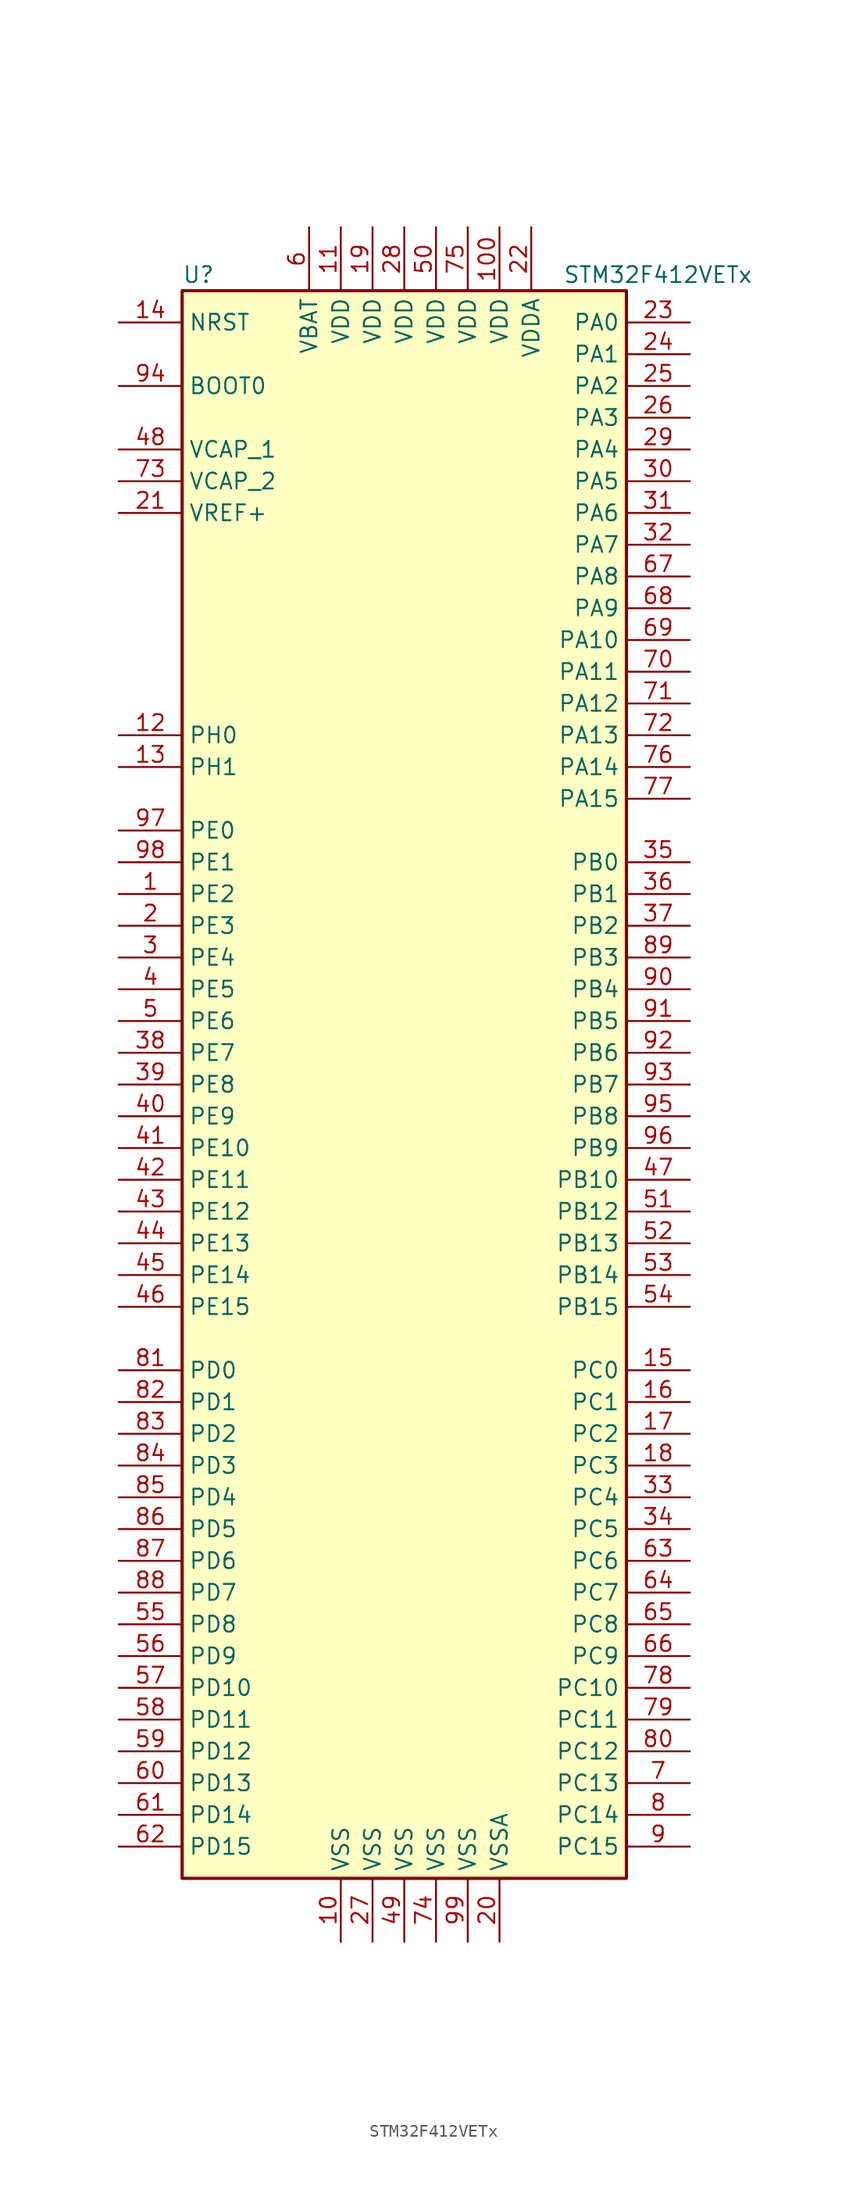
<source format=kicad_sym>
(kicad_symbol_lib
  (version 20201005)
  (generator kicad_symbol_editor)
  (symbol "STM32F412VETx"
    (property "Reference" "U"
      (at -17.78 64.77 0)
      (effects (font (size 1.27 1.27)) (justify left)))
    (property "Value" "STM32F412VETx"
      (at 12.7 64.77 0)
      (effects (font (size 1.27 1.27)) (justify left)))
    (symbol "STM32F412VETx_0_1"
      (rectangle (start -17.78 -63.5) (end 17.78 63.5) (stroke (width 0.254)) (fill (type background))))
    (symbol "STM32F412VETx_1_1"
      (pin input line (at -22.86 55.88 0) (length 5.08) (name "BOOT0" (effects (font (size 1.27 1.27)))) (number "94" (effects (font (size 1.27 1.27)))))
      (pin input line (at -22.86 60.96 0) (length 5.08) (name "NRST" (effects (font (size 1.27 1.27)))) (number "14" (effects (font (size 1.27 1.27)))))
      (pin bidirectional line (at 22.86 60.96 180) (length 5.08) (name "PA0" (effects (font (size 1.27 1.27)))) (number "23" (effects (font (size 1.27 1.27)))))
      (pin bidirectional line (at 22.86 58.42 180) (length 5.08) (name "PA1" (effects (font (size 1.27 1.27)))) (number "24" (effects (font (size 1.27 1.27)))))
      (pin bidirectional line (at 22.86 35.56 180) (length 5.08) (name "PA10" (effects (font (size 1.27 1.27)))) (number "69" (effects (font (size 1.27 1.27)))))
      (pin bidirectional line (at 22.86 33.02 180) (length 5.08) (name "PA11" (effects (font (size 1.27 1.27)))) (number "70" (effects (font (size 1.27 1.27)))))
      (pin bidirectional line (at 22.86 30.48 180) (length 5.08) (name "PA12" (effects (font (size 1.27 1.27)))) (number "71" (effects (font (size 1.27 1.27)))))
      (pin bidirectional line (at 22.86 27.94 180) (length 5.08) (name "PA13" (effects (font (size 1.27 1.27)))) (number "72" (effects (font (size 1.27 1.27)))))
      (pin bidirectional line (at 22.86 25.4 180) (length 5.08) (name "PA14" (effects (font (size 1.27 1.27)))) (number "76" (effects (font (size 1.27 1.27)))))
      (pin bidirectional line (at 22.86 22.86 180) (length 5.08) (name "PA15" (effects (font (size 1.27 1.27)))) (number "77" (effects (font (size 1.27 1.27)))))
      (pin bidirectional line (at 22.86 55.88 180) (length 5.08) (name "PA2" (effects (font (size 1.27 1.27)))) (number "25" (effects (font (size 1.27 1.27)))))
      (pin bidirectional line (at 22.86 53.34 180) (length 5.08) (name "PA3" (effects (font (size 1.27 1.27)))) (number "26" (effects (font (size 1.27 1.27)))))
      (pin bidirectional line (at 22.86 50.8 180) (length 5.08) (name "PA4" (effects (font (size 1.27 1.27)))) (number "29" (effects (font (size 1.27 1.27)))))
      (pin bidirectional line (at 22.86 48.26 180) (length 5.08) (name "PA5" (effects (font (size 1.27 1.27)))) (number "30" (effects (font (size 1.27 1.27)))))
      (pin bidirectional line (at 22.86 45.72 180) (length 5.08) (name "PA6" (effects (font (size 1.27 1.27)))) (number "31" (effects (font (size 1.27 1.27)))))
      (pin bidirectional line (at 22.86 43.18 180) (length 5.08) (name "PA7" (effects (font (size 1.27 1.27)))) (number "32" (effects (font (size 1.27 1.27)))))
      (pin bidirectional line (at 22.86 40.64 180) (length 5.08) (name "PA8" (effects (font (size 1.27 1.27)))) (number "67" (effects (font (size 1.27 1.27)))))
      (pin bidirectional line (at 22.86 38.1 180) (length 5.08) (name "PA9" (effects (font (size 1.27 1.27)))) (number "68" (effects (font (size 1.27 1.27)))))
      (pin bidirectional line (at 22.86 17.78 180) (length 5.08) (name "PB0" (effects (font (size 1.27 1.27)))) (number "35" (effects (font (size 1.27 1.27)))))
      (pin bidirectional line (at 22.86 15.24 180) (length 5.08) (name "PB1" (effects (font (size 1.27 1.27)))) (number "36" (effects (font (size 1.27 1.27)))))
      (pin bidirectional line (at 22.86 -7.62 180) (length 5.08) (name "PB10" (effects (font (size 1.27 1.27)))) (number "47" (effects (font (size 1.27 1.27)))))
      (pin bidirectional line (at 22.86 -10.16 180) (length 5.08) (name "PB12" (effects (font (size 1.27 1.27)))) (number "51" (effects (font (size 1.27 1.27)))))
      (pin bidirectional line (at 22.86 -12.7 180) (length 5.08) (name "PB13" (effects (font (size 1.27 1.27)))) (number "52" (effects (font (size 1.27 1.27)))))
      (pin bidirectional line (at 22.86 -15.24 180) (length 5.08) (name "PB14" (effects (font (size 1.27 1.27)))) (number "53" (effects (font (size 1.27 1.27)))))
      (pin bidirectional line (at 22.86 -17.78 180) (length 5.08) (name "PB15" (effects (font (size 1.27 1.27)))) (number "54" (effects (font (size 1.27 1.27)))))
      (pin bidirectional line (at 22.86 12.7 180) (length 5.08) (name "PB2" (effects (font (size 1.27 1.27)))) (number "37" (effects (font (size 1.27 1.27)))))
      (pin bidirectional line (at 22.86 10.16 180) (length 5.08) (name "PB3" (effects (font (size 1.27 1.27)))) (number "89" (effects (font (size 1.27 1.27)))))
      (pin bidirectional line (at 22.86 7.62 180) (length 5.08) (name "PB4" (effects (font (size 1.27 1.27)))) (number "90" (effects (font (size 1.27 1.27)))))
      (pin bidirectional line (at 22.86 5.08 180) (length 5.08) (name "PB5" (effects (font (size 1.27 1.27)))) (number "91" (effects (font (size 1.27 1.27)))))
      (pin bidirectional line (at 22.86 2.54 180) (length 5.08) (name "PB6" (effects (font (size 1.27 1.27)))) (number "92" (effects (font (size 1.27 1.27)))))
      (pin bidirectional line (at 22.86 0 180) (length 5.08) (name "PB7" (effects (font (size 1.27 1.27)))) (number "93" (effects (font (size 1.27 1.27)))))
      (pin bidirectional line (at 22.86 -2.54 180) (length 5.08) (name "PB8" (effects (font (size 1.27 1.27)))) (number "95" (effects (font (size 1.27 1.27)))))
      (pin bidirectional line (at 22.86 -5.08 180) (length 5.08) (name "PB9" (effects (font (size 1.27 1.27)))) (number "96" (effects (font (size 1.27 1.27)))))
      (pin bidirectional line (at 22.86 -22.86 180) (length 5.08) (name "PC0" (effects (font (size 1.27 1.27)))) (number "15" (effects (font (size 1.27 1.27)))))
      (pin bidirectional line (at 22.86 -25.4 180) (length 5.08) (name "PC1" (effects (font (size 1.27 1.27)))) (number "16" (effects (font (size 1.27 1.27)))))
      (pin bidirectional line (at 22.86 -48.26 180) (length 5.08) (name "PC10" (effects (font (size 1.27 1.27)))) (number "78" (effects (font (size 1.27 1.27)))))
      (pin bidirectional line (at 22.86 -50.8 180) (length 5.08) (name "PC11" (effects (font (size 1.27 1.27)))) (number "79" (effects (font (size 1.27 1.27)))))
      (pin bidirectional line (at 22.86 -53.34 180) (length 5.08) (name "PC12" (effects (font (size 1.27 1.27)))) (number "80" (effects (font (size 1.27 1.27)))))
      (pin bidirectional line (at 22.86 -55.88 180) (length 5.08) (name "PC13" (effects (font (size 1.27 1.27)))) (number "7" (effects (font (size 1.27 1.27)))))
      (pin bidirectional line (at 22.86 -58.42 180) (length 5.08) (name "PC14" (effects (font (size 1.27 1.27)))) (number "8" (effects (font (size 1.27 1.27)))))
      (pin bidirectional line (at 22.86 -60.96 180) (length 5.08) (name "PC15" (effects (font (size 1.27 1.27)))) (number "9" (effects (font (size 1.27 1.27)))))
      (pin bidirectional line (at 22.86 -27.94 180) (length 5.08) (name "PC2" (effects (font (size 1.27 1.27)))) (number "17" (effects (font (size 1.27 1.27)))))
      (pin bidirectional line (at 22.86 -30.48 180) (length 5.08) (name "PC3" (effects (font (size 1.27 1.27)))) (number "18" (effects (font (size 1.27 1.27)))))
      (pin bidirectional line (at 22.86 -33.02 180) (length 5.08) (name "PC4" (effects (font (size 1.27 1.27)))) (number "33" (effects (font (size 1.27 1.27)))))
      (pin bidirectional line (at 22.86 -35.56 180) (length 5.08) (name "PC5" (effects (font (size 1.27 1.27)))) (number "34" (effects (font (size 1.27 1.27)))))
      (pin bidirectional line (at 22.86 -38.1 180) (length 5.08) (name "PC6" (effects (font (size 1.27 1.27)))) (number "63" (effects (font (size 1.27 1.27)))))
      (pin bidirectional line (at 22.86 -40.64 180) (length 5.08) (name "PC7" (effects (font (size 1.27 1.27)))) (number "64" (effects (font (size 1.27 1.27)))))
      (pin bidirectional line (at 22.86 -43.18 180) (length 5.08) (name "PC8" (effects (font (size 1.27 1.27)))) (number "65" (effects (font (size 1.27 1.27)))))
      (pin bidirectional line (at 22.86 -45.72 180) (length 5.08) (name "PC9" (effects (font (size 1.27 1.27)))) (number "66" (effects (font (size 1.27 1.27)))))
      (pin bidirectional line (at -22.86 -22.86 0) (length 5.08) (name "PD0" (effects (font (size 1.27 1.27)))) (number "81" (effects (font (size 1.27 1.27)))))
      (pin bidirectional line (at -22.86 -25.4 0) (length 5.08) (name "PD1" (effects (font (size 1.27 1.27)))) (number "82" (effects (font (size 1.27 1.27)))))
      (pin bidirectional line (at -22.86 -48.26 0) (length 5.08) (name "PD10" (effects (font (size 1.27 1.27)))) (number "57" (effects (font (size 1.27 1.27)))))
      (pin bidirectional line (at -22.86 -50.8 0) (length 5.08) (name "PD11" (effects (font (size 1.27 1.27)))) (number "58" (effects (font (size 1.27 1.27)))))
      (pin bidirectional line (at -22.86 -53.34 0) (length 5.08) (name "PD12" (effects (font (size 1.27 1.27)))) (number "59" (effects (font (size 1.27 1.27)))))
      (pin bidirectional line (at -22.86 -55.88 0) (length 5.08) (name "PD13" (effects (font (size 1.27 1.27)))) (number "60" (effects (font (size 1.27 1.27)))))
      (pin bidirectional line (at -22.86 -58.42 0) (length 5.08) (name "PD14" (effects (font (size 1.27 1.27)))) (number "61" (effects (font (size 1.27 1.27)))))
      (pin bidirectional line (at -22.86 -60.96 0) (length 5.08) (name "PD15" (effects (font (size 1.27 1.27)))) (number "62" (effects (font (size 1.27 1.27)))))
      (pin bidirectional line (at -22.86 -27.94 0) (length 5.08) (name "PD2" (effects (font (size 1.27 1.27)))) (number "83" (effects (font (size 1.27 1.27)))))
      (pin bidirectional line (at -22.86 -30.48 0) (length 5.08) (name "PD3" (effects (font (size 1.27 1.27)))) (number "84" (effects (font (size 1.27 1.27)))))
      (pin bidirectional line (at -22.86 -33.02 0) (length 5.08) (name "PD4" (effects (font (size 1.27 1.27)))) (number "85" (effects (font (size 1.27 1.27)))))
      (pin bidirectional line (at -22.86 -35.56 0) (length 5.08) (name "PD5" (effects (font (size 1.27 1.27)))) (number "86" (effects (font (size 1.27 1.27)))))
      (pin bidirectional line (at -22.86 -38.1 0) (length 5.08) (name "PD6" (effects (font (size 1.27 1.27)))) (number "87" (effects (font (size 1.27 1.27)))))
      (pin bidirectional line (at -22.86 -40.64 0) (length 5.08) (name "PD7" (effects (font (size 1.27 1.27)))) (number "88" (effects (font (size 1.27 1.27)))))
      (pin bidirectional line (at -22.86 -43.18 0) (length 5.08) (name "PD8" (effects (font (size 1.27 1.27)))) (number "55" (effects (font (size 1.27 1.27)))))
      (pin bidirectional line (at -22.86 -45.72 0) (length 5.08) (name "PD9" (effects (font (size 1.27 1.27)))) (number "56" (effects (font (size 1.27 1.27)))))
      (pin bidirectional line (at -22.86 20.32 0) (length 5.08) (name "PE0" (effects (font (size 1.27 1.27)))) (number "97" (effects (font (size 1.27 1.27)))))
      (pin bidirectional line (at -22.86 17.78 0) (length 5.08) (name "PE1" (effects (font (size 1.27 1.27)))) (number "98" (effects (font (size 1.27 1.27)))))
      (pin bidirectional line (at -22.86 -5.08 0) (length 5.08) (name "PE10" (effects (font (size 1.27 1.27)))) (number "41" (effects (font (size 1.27 1.27)))))
      (pin bidirectional line (at -22.86 -7.62 0) (length 5.08) (name "PE11" (effects (font (size 1.27 1.27)))) (number "42" (effects (font (size 1.27 1.27)))))
      (pin bidirectional line (at -22.86 -10.16 0) (length 5.08) (name "PE12" (effects (font (size 1.27 1.27)))) (number "43" (effects (font (size 1.27 1.27)))))
      (pin bidirectional line (at -22.86 -12.7 0) (length 5.08) (name "PE13" (effects (font (size 1.27 1.27)))) (number "44" (effects (font (size 1.27 1.27)))))
      (pin bidirectional line (at -22.86 -15.24 0) (length 5.08) (name "PE14" (effects (font (size 1.27 1.27)))) (number "45" (effects (font (size 1.27 1.27)))))
      (pin bidirectional line (at -22.86 -17.78 0) (length 5.08) (name "PE15" (effects (font (size 1.27 1.27)))) (number "46" (effects (font (size 1.27 1.27)))))
      (pin bidirectional line (at -22.86 15.24 0) (length 5.08) (name "PE2" (effects (font (size 1.27 1.27)))) (number "1" (effects (font (size 1.27 1.27)))))
      (pin bidirectional line (at -22.86 12.7 0) (length 5.08) (name "PE3" (effects (font (size 1.27 1.27)))) (number "2" (effects (font (size 1.27 1.27)))))
      (pin bidirectional line (at -22.86 10.16 0) (length 5.08) (name "PE4" (effects (font (size 1.27 1.27)))) (number "3" (effects (font (size 1.27 1.27)))))
      (pin bidirectional line (at -22.86 7.62 0) (length 5.08) (name "PE5" (effects (font (size 1.27 1.27)))) (number "4" (effects (font (size 1.27 1.27)))))
      (pin bidirectional line (at -22.86 5.08 0) (length 5.08) (name "PE6" (effects (font (size 1.27 1.27)))) (number "5" (effects (font (size 1.27 1.27)))))
      (pin bidirectional line (at -22.86 2.54 0) (length 5.08) (name "PE7" (effects (font (size 1.27 1.27)))) (number "38" (effects (font (size 1.27 1.27)))))
      (pin bidirectional line (at -22.86 0 0) (length 5.08) (name "PE8" (effects (font (size 1.27 1.27)))) (number "39" (effects (font (size 1.27 1.27)))))
      (pin bidirectional line (at -22.86 -2.54 0) (length 5.08) (name "PE9" (effects (font (size 1.27 1.27)))) (number "40" (effects (font (size 1.27 1.27)))))
      (pin input line (at -22.86 27.94 0) (length 5.08) (name "PH0" (effects (font (size 1.27 1.27)))) (number "12" (effects (font (size 1.27 1.27)))))
      (pin input line (at -22.86 25.4 0) (length 5.08) (name "PH1" (effects (font (size 1.27 1.27)))) (number "13" (effects (font (size 1.27 1.27)))))
      (pin power_in line (at -7.62 68.58 270) (length 5.08) (name "VBAT" (effects (font (size 1.27 1.27)))) (number "6" (effects (font (size 1.27 1.27)))))
      (pin power_in line (at -22.86 50.8 0) (length 5.08) (name "VCAP_1" (effects (font (size 1.27 1.27)))) (number "48" (effects (font (size 1.27 1.27)))))
      (pin power_in line (at -22.86 48.26 0) (length 5.08) (name "VCAP_2" (effects (font (size 1.27 1.27)))) (number "73" (effects (font (size 1.27 1.27)))))
      (pin power_in line (at 7.62 68.58 270) (length 5.08) (name "VDD" (effects (font (size 1.27 1.27)))) (number "100" (effects (font (size 1.27 1.27)))))
      (pin power_in line (at -5.08 68.58 270) (length 5.08) (name "VDD" (effects (font (size 1.27 1.27)))) (number "11" (effects (font (size 1.27 1.27)))))
      (pin power_in line (at -2.54 68.58 270) (length 5.08) (name "VDD" (effects (font (size 1.27 1.27)))) (number "19" (effects (font (size 1.27 1.27)))))
      (pin power_in line (at 0 68.58 270) (length 5.08) (name "VDD" (effects (font (size 1.27 1.27)))) (number "28" (effects (font (size 1.27 1.27)))))
      (pin power_in line (at 2.54 68.58 270) (length 5.08) (name "VDD" (effects (font (size 1.27 1.27)))) (number "50" (effects (font (size 1.27 1.27)))))
      (pin power_in line (at 5.08 68.58 270) (length 5.08) (name "VDD" (effects (font (size 1.27 1.27)))) (number "75" (effects (font (size 1.27 1.27)))))
      (pin power_in line (at 10.16 68.58 270) (length 5.08) (name "VDDA" (effects (font (size 1.27 1.27)))) (number "22" (effects (font (size 1.27 1.27)))))
      (pin power_in line (at -22.86 45.72 0) (length 5.08) (name "VREF+" (effects (font (size 1.27 1.27)))) (number "21" (effects (font (size 1.27 1.27)))))
      (pin power_in line (at -5.08 -68.58 90) (length 5.08) (name "VSS" (effects (font (size 1.27 1.27)))) (number "10" (effects (font (size 1.27 1.27)))))
      (pin power_in line (at -2.54 -68.58 90) (length 5.08) (name "VSS" (effects (font (size 1.27 1.27)))) (number "27" (effects (font (size 1.27 1.27)))))
      (pin power_in line (at 0 -68.58 90) (length 5.08) (name "VSS" (effects (font (size 1.27 1.27)))) (number "49" (effects (font (size 1.27 1.27)))))
      (pin power_in line (at 2.54 -68.58 90) (length 5.08) (name "VSS" (effects (font (size 1.27 1.27)))) (number "74" (effects (font (size 1.27 1.27)))))
      (pin power_in line (at 5.08 -68.58 90) (length 5.08) (name "VSS" (effects (font (size 1.27 1.27)))) (number "99" (effects (font (size 1.27 1.27)))))
      (pin power_in line (at 7.62 -68.58 90) (length 5.08) (name "VSSA" (effects (font (size 1.27 1.27)))) (number "20" (effects (font (size 1.27 1.27))))))))
</source>
